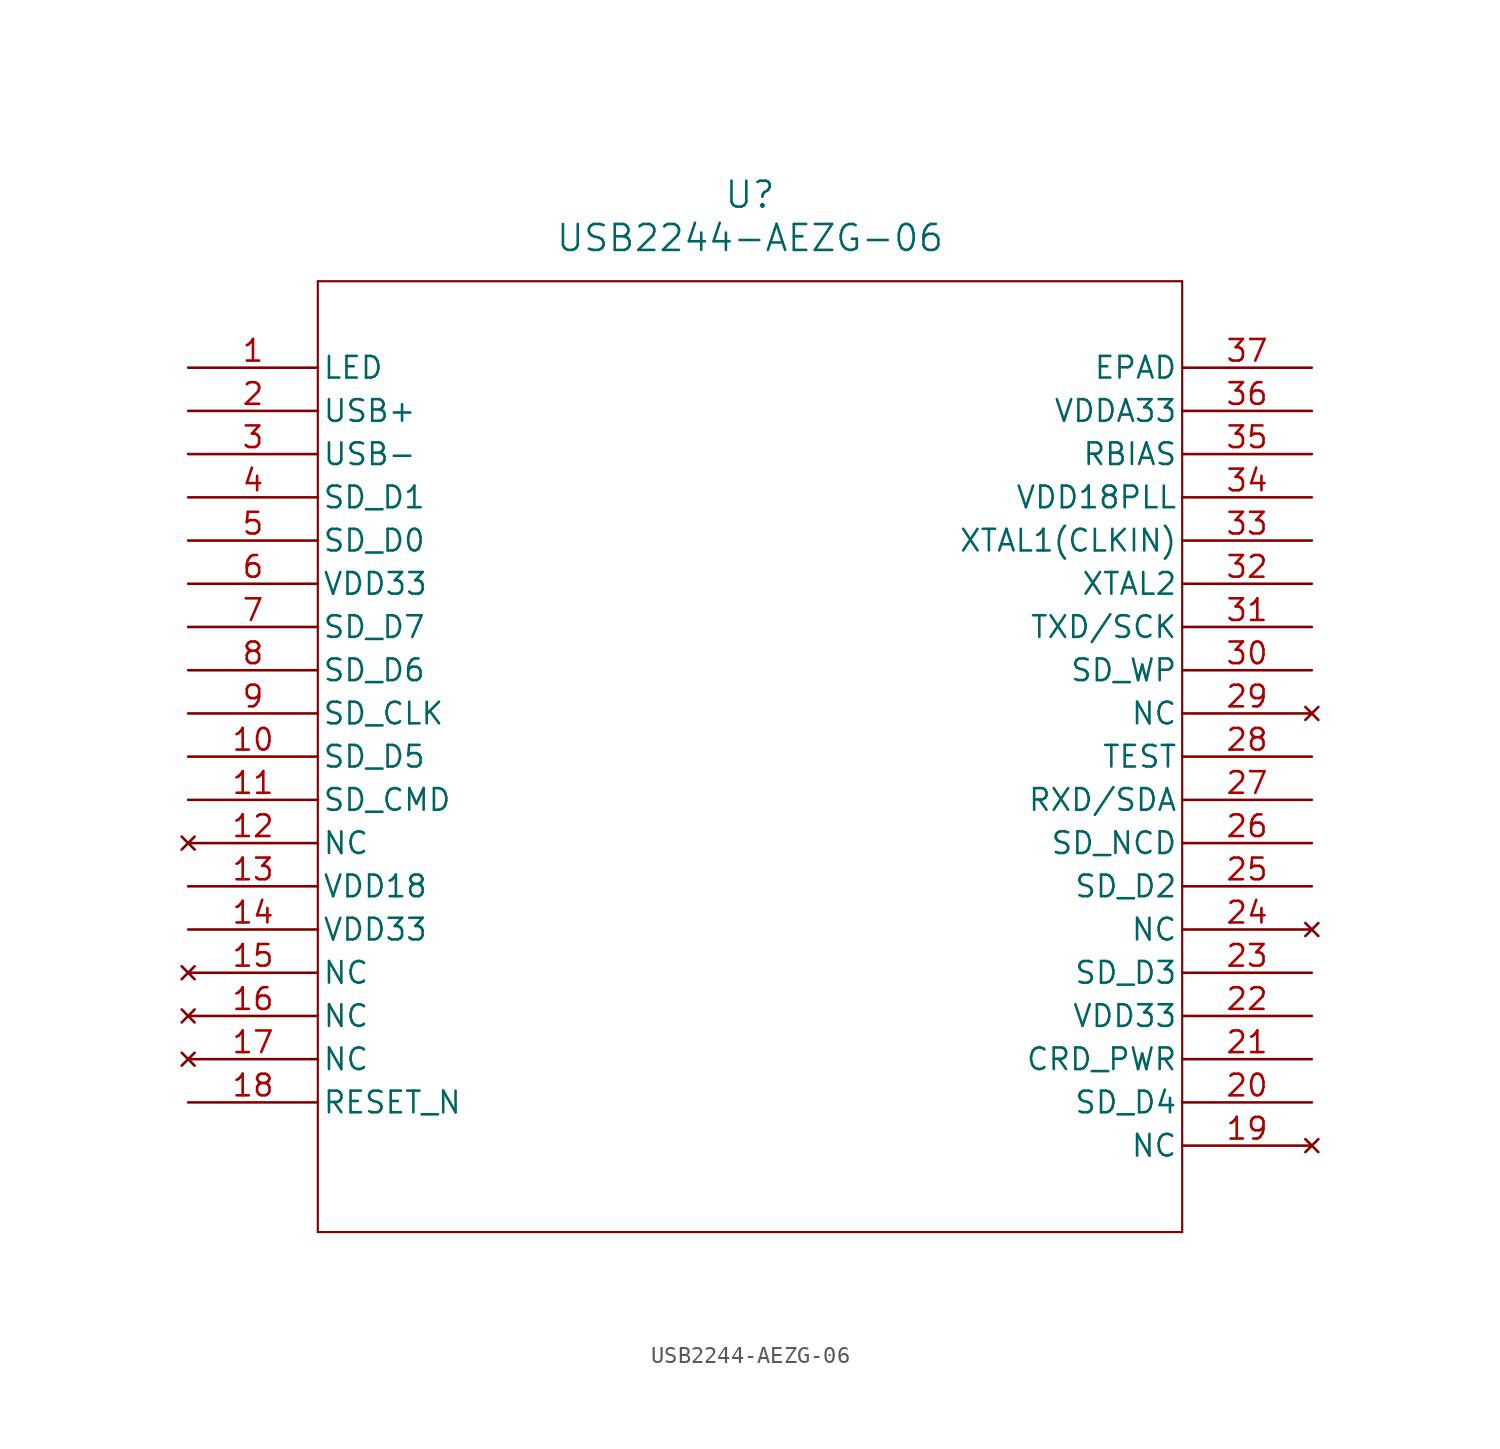
<source format=kicad_sym>
(kicad_symbol_lib
  (version 20211014)
  (generator kicad_symbol_editor)
  (symbol "USB2244-AEZG-06"
    (pin_names
      (offset 0.254))
    (property "Reference" "U"
      (at 33.02 10.16 0)
      (effects (font (size 1.524 1.524))))
    (property "Value" "USB2244-AEZG-06"
      (at 33.02 7.62 0)
      (effects (font (size 1.524 1.524))))
    (symbol "USB2244-AEZG-06_0_1"
      (polyline (pts (xy 7.62 5.08) (xy 7.62 -50.8)) (stroke (width 0.127) (type default) (color 0 0 0 0)) (fill (type none)))
      (polyline (pts (xy 7.62 -50.8) (xy 58.42 -50.8)) (stroke (width 0.127) (type default) (color 0 0 0 0)) (fill (type none)))
      (polyline (pts (xy 58.42 -50.8) (xy 58.42 5.08)) (stroke (width 0.127) (type default) (color 0 0 0 0)) (fill (type none)))
      (polyline (pts (xy 58.42 5.08) (xy 7.62 5.08)) (stroke (width 0.127) (type default) (color 0 0 0 0)) (fill (type none)))
      (pin bidirectional line (at 0 0 0) (length 7.62) (name "LED" (effects (font (size 1.27 1.27)))) (number "1" (effects (font (size 1.27 1.27)))))
      (pin bidirectional line (at 0 -2.54 0) (length 7.62) (name "USB+" (effects (font (size 1.27 1.27)))) (number "2" (effects (font (size 1.27 1.27)))))
      (pin bidirectional line (at 0 -5.08 0) (length 7.62) (name "USB-" (effects (font (size 1.27 1.27)))) (number "3" (effects (font (size 1.27 1.27)))))
      (pin bidirectional line (at 0 -7.62 0) (length 7.62) (name "SD_D1" (effects (font (size 1.27 1.27)))) (number "4" (effects (font (size 1.27 1.27)))))
      (pin bidirectional line (at 0 -10.16 0) (length 7.62) (name "SD_D0" (effects (font (size 1.27 1.27)))) (number "5" (effects (font (size 1.27 1.27)))))
      (pin power_in line (at 0 -12.7 0) (length 7.62) (name "VDD33" (effects (font (size 1.27 1.27)))) (number "6" (effects (font (size 1.27 1.27)))))
      (pin bidirectional line (at 0 -15.24 0) (length 7.62) (name "SD_D7" (effects (font (size 1.27 1.27)))) (number "7" (effects (font (size 1.27 1.27)))))
      (pin bidirectional line (at 0 -17.78 0) (length 7.62) (name "SD_D6" (effects (font (size 1.27 1.27)))) (number "8" (effects (font (size 1.27 1.27)))))
      (pin output line (at 0 -20.32 0) (length 7.62) (name "SD_CLK" (effects (font (size 1.27 1.27)))) (number "9" (effects (font (size 1.27 1.27)))))
      (pin bidirectional line (at 0 -22.86 0) (length 7.62) (name "SD_D5" (effects (font (size 1.27 1.27)))) (number "10" (effects (font (size 1.27 1.27)))))
      (pin bidirectional line (at 0 -25.4 0) (length 7.62) (name "SD_CMD" (effects (font (size 1.27 1.27)))) (number "11" (effects (font (size 1.27 1.27)))))
      (pin no_connect line (at 0 -27.94 0) (length 7.62) (name "NC" (effects (font (size 1.27 1.27)))) (number "12" (effects (font (size 1.27 1.27)))))
      (pin power_in line (at 0 -30.48 0) (length 7.62) (name "VDD18" (effects (font (size 1.27 1.27)))) (number "13" (effects (font (size 1.27 1.27)))))
      (pin power_in line (at 0 -33.02 0) (length 7.62) (name "VDD33" (effects (font (size 1.27 1.27)))) (number "14" (effects (font (size 1.27 1.27)))))
      (pin no_connect line (at 0 -35.56 0) (length 7.62) (name "NC" (effects (font (size 1.27 1.27)))) (number "15" (effects (font (size 1.27 1.27)))))
      (pin no_connect line (at 0 -38.1 0) (length 7.62) (name "NC" (effects (font (size 1.27 1.27)))) (number "16" (effects (font (size 1.27 1.27)))))
      (pin no_connect line (at 0 -40.64 0) (length 7.62) (name "NC" (effects (font (size 1.27 1.27)))) (number "17" (effects (font (size 1.27 1.27)))))
      (pin input line (at 0 -43.18 0) (length 7.62) (name "RESET_N" (effects (font (size 1.27 1.27)))) (number "18" (effects (font (size 1.27 1.27)))))
      (pin no_connect line (at 66.04 -45.72 180) (length 7.62) (name "NC" (effects (font (size 1.27 1.27)))) (number "19" (effects (font (size 1.27 1.27)))))
      (pin bidirectional line (at 66.04 -43.18 180) (length 7.62) (name "SD_D4" (effects (font (size 1.27 1.27)))) (number "20" (effects (font (size 1.27 1.27)))))
      (pin bidirectional line (at 66.04 -40.64 180) (length 7.62) (name "CRD_PWR" (effects (font (size 1.27 1.27)))) (number "21" (effects (font (size 1.27 1.27)))))
      (pin power_in line (at 66.04 -38.1 180) (length 7.62) (name "VDD33" (effects (font (size 1.27 1.27)))) (number "22" (effects (font (size 1.27 1.27)))))
      (pin bidirectional line (at 66.04 -35.56 180) (length 7.62) (name "SD_D3" (effects (font (size 1.27 1.27)))) (number "23" (effects (font (size 1.27 1.27)))))
      (pin no_connect line (at 66.04 -33.02 180) (length 7.62) (name "NC" (effects (font (size 1.27 1.27)))) (number "24" (effects (font (size 1.27 1.27)))))
      (pin bidirectional line (at 66.04 -30.48 180) (length 7.62) (name "SD_D2" (effects (font (size 1.27 1.27)))) (number "25" (effects (font (size 1.27 1.27)))))
      (pin bidirectional line (at 66.04 -27.94 180) (length 7.62) (name "SD_NCD" (effects (font (size 1.27 1.27)))) (number "26" (effects (font (size 1.27 1.27)))))
      (pin bidirectional line (at 66.04 -25.4 180) (length 7.62) (name "RXD/SDA" (effects (font (size 1.27 1.27)))) (number "27" (effects (font (size 1.27 1.27)))))
      (pin input line (at 66.04 -22.86 180) (length 7.62) (name "TEST" (effects (font (size 1.27 1.27)))) (number "28" (effects (font (size 1.27 1.27)))))
      (pin no_connect line (at 66.04 -20.32 180) (length 7.62) (name "NC" (effects (font (size 1.27 1.27)))) (number "29" (effects (font (size 1.27 1.27)))))
      (pin unspecified line (at 66.04 -17.78 180) (length 7.62) (name "SD_WP" (effects (font (size 1.27 1.27)))) (number "30" (effects (font (size 1.27 1.27)))))
      (pin bidirectional line (at 66.04 -15.24 180) (length 7.62) (name "TXD/SCK" (effects (font (size 1.27 1.27)))) (number "31" (effects (font (size 1.27 1.27)))))
      (pin output line (at 66.04 -12.7 180) (length 7.62) (name "XTAL2" (effects (font (size 1.27 1.27)))) (number "32" (effects (font (size 1.27 1.27)))))
      (pin input line (at 66.04 -10.16 180) (length 7.62) (name "XTAL1(CLKIN)" (effects (font (size 1.27 1.27)))) (number "33" (effects (font (size 1.27 1.27)))))
      (pin power_in line (at 66.04 -7.62 180) (length 7.62) (name "VDD18PLL" (effects (font (size 1.27 1.27)))) (number "34" (effects (font (size 1.27 1.27)))))
      (pin input line (at 66.04 -5.08 180) (length 7.62) (name "RBIAS" (effects (font (size 1.27 1.27)))) (number "35" (effects (font (size 1.27 1.27)))))
      (pin power_in line (at 66.04 -2.54 180) (length 7.62) (name "VDDA33" (effects (font (size 1.27 1.27)))) (number "36" (effects (font (size 1.27 1.27)))))
      (pin unspecified line (at 66.04 0 180) (length 7.62) (name "EPAD" (effects (font (size 1.27 1.27)))) (number "37" (effects (font (size 1.27 1.27))))))))
</source>
